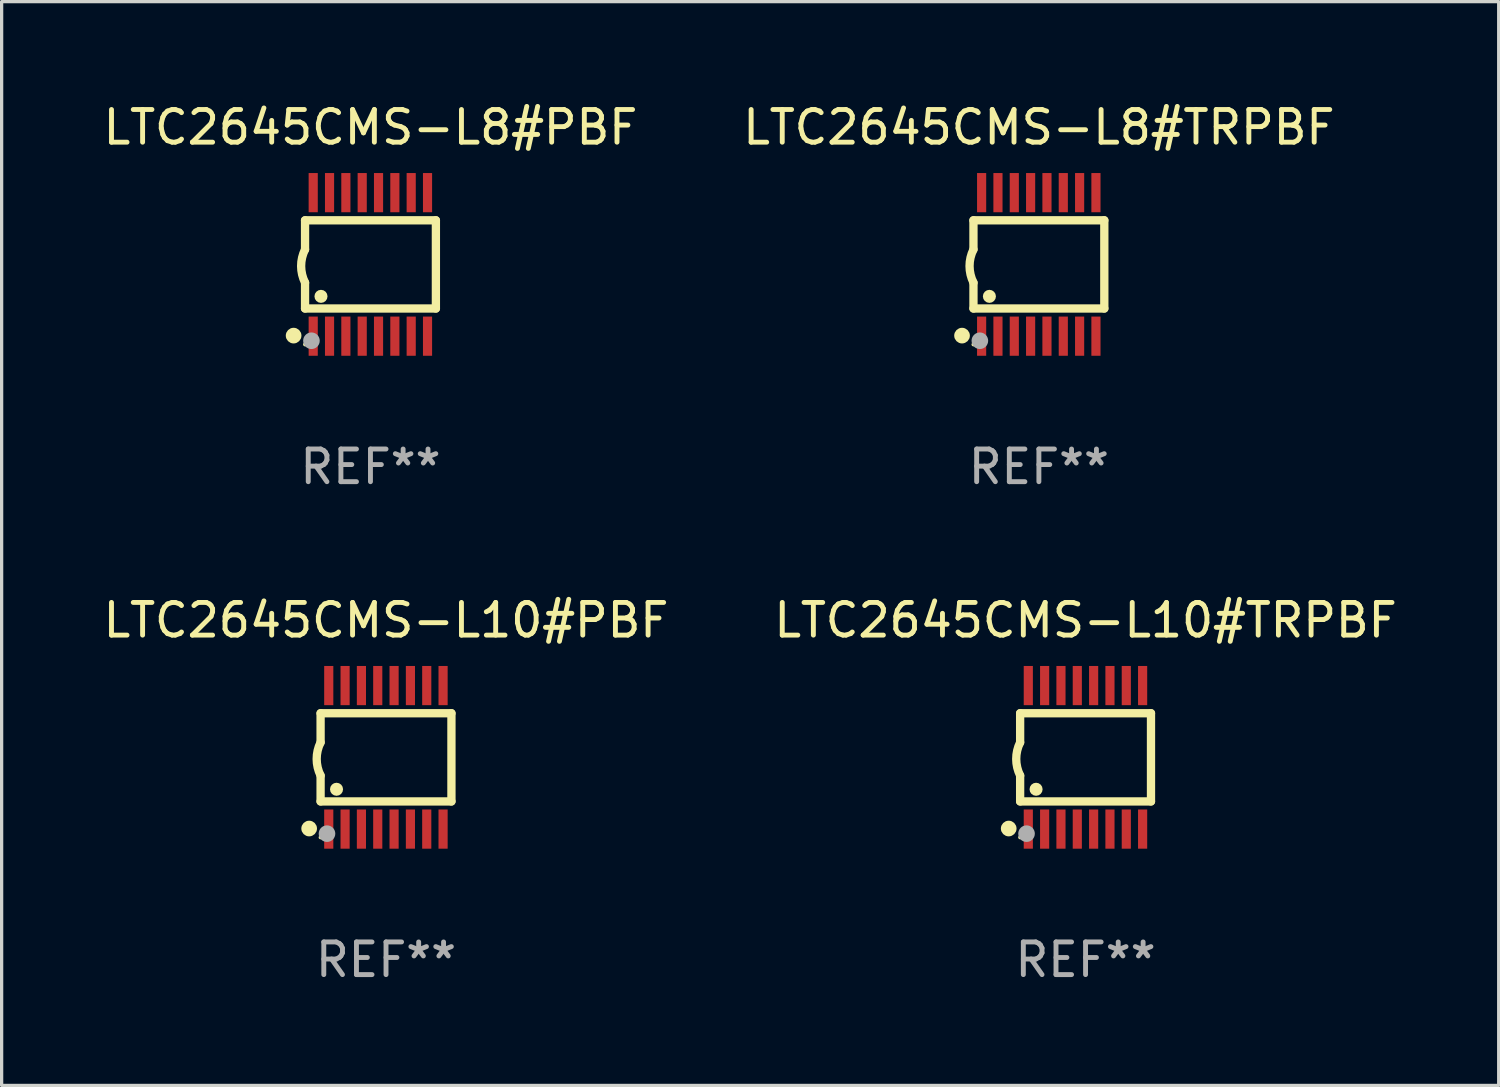
<source format=kicad_pcb>
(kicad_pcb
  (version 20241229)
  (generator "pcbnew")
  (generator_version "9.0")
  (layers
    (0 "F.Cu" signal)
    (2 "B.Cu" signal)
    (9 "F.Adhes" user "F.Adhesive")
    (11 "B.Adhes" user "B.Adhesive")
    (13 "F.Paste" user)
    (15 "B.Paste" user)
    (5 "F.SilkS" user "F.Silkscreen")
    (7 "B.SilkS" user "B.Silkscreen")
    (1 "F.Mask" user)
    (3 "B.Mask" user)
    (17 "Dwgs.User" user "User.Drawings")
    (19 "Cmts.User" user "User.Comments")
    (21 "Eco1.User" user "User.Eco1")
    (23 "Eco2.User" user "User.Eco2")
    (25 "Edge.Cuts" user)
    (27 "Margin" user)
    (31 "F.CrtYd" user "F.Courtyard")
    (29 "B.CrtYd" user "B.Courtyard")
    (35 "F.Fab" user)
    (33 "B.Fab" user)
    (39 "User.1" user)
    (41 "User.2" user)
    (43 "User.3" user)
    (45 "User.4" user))
  (footprint "LTC2645CMS-L10#TRPBF"
    (layer "F.Cu")
    (at 30.185 20.136)
    (property "Reference" "LTC2645CMS-L10#TRPBF" (at 0 -4.197 0) (layer "F.SilkS") (effects (font (size 1 1) (thickness 0.15))))
    (attr through_hole)
    (fp_line (start -2.003 -1.35) (end -2.003 -0.457) (stroke (width 0.254) (type solid)) (layer "F.SilkS"))
    (fp_line (start -2.003 -1.35) (end 2.003 -1.35) (stroke (width 0.254) (type solid)) (layer "F.SilkS"))
    (fp_line (start -2.003 1.35) (end -2.003 0.559) (stroke (width 0.254) (type solid)) (layer "F.SilkS"))
    (fp_line (start -2.003 1.35) (end 2.003 1.35) (stroke (width 0.254) (type solid)) (layer "F.SilkS"))
    (fp_line (start 2.003 -1.35) (end 2.003 1.35) (stroke (width 0.254) (type solid)) (layer "F.SilkS"))
    (fp_arc (start -2.002286 0.558802) (mid -2.122556 0.05092) (end -2.003302 -0.457201) (stroke (width 0.254001) (type solid)) (layer "F.SilkS"))
    (fp_circle (center -2.353 2.18) (end -2.233 2.18) (stroke (width 0.24) (type solid)) (fill no) (layer "F.SilkS"))
    (fp_circle (center -2.003 2.45) (end -1.973 2.45) (stroke (width 0.06) (type solid)) (fill no) (layer "F.SilkS"))
    (fp_circle (center -1.515 0.978) (end -1.415 0.978) (stroke (width 0.2) (type solid)) (fill no) (layer "F.SilkS"))
    (fp_circle (center -1.807 2.337) (end -1.68 2.337) (stroke (width 0.254) (type solid)) (fill no) (layer "F.Fab"))
    (fp_text user "REF**" (at 0 6.197 0) (layer "F.Fab") (effects (font (size 1 1) (thickness 0.15))))
    (pad "1" smd rect (at -1.753 2.197 90) (size 1.2 0.28) (layers "F.Cu" "F.Mask" "F.Paste"))
    (pad "2" smd rect (at -1.253 2.197 90) (size 1.2 0.28) (layers "F.Cu" "F.Mask" "F.Paste"))
    (pad "3" smd rect (at -0.753 2.197 90) (size 1.2 0.28) (layers "F.Cu" "F.Mask" "F.Paste"))
    (pad "4" smd rect (at -0.253 2.197 90) (size 1.2 0.28) (layers "F.Cu" "F.Mask" "F.Paste"))
    (pad "5" smd rect (at 0.247 2.197 90) (size 1.2 0.28) (layers "F.Cu" "F.Mask" "F.Paste"))
    (pad "6" smd rect (at 0.747 2.197 90) (size 1.2 0.28) (layers "F.Cu" "F.Mask" "F.Paste"))
    (pad "7" smd rect (at 1.247 2.197 90) (size 1.2 0.28) (layers "F.Cu" "F.Mask" "F.Paste"))
    (pad "8" smd rect (at 1.747 2.197 90) (size 1.2 0.28) (layers "F.Cu" "F.Mask" "F.Paste"))
    (pad "9" smd rect (at 1.747 -2.197 90) (size 1.2 0.28) (layers "F.Cu" "F.Mask" "F.Paste"))
    (pad "10" smd rect (at 1.247 -2.197 90) (size 1.2 0.28) (layers "F.Cu" "F.Mask" "F.Paste"))
    (pad "11" smd rect (at 0.747 -2.197 90) (size 1.2 0.28) (layers "F.Cu" "F.Mask" "F.Paste"))
    (pad "12" smd rect (at 0.247 -2.197 90) (size 1.2 0.28) (layers "F.Cu" "F.Mask" "F.Paste"))
    (pad "13" smd rect (at -0.253 -2.197 90) (size 1.2 0.28) (layers "F.Cu" "F.Mask" "F.Paste"))
    (pad "14" smd rect (at -0.753 -2.197 90) (size 1.2 0.28) (layers "F.Cu" "F.Mask" "F.Paste"))
    (pad "15" smd rect (at -1.253 -2.197 90) (size 1.2 0.28) (layers "F.Cu" "F.Mask" "F.Paste"))
    (pad "16" smd rect (at -1.753 -2.197 90) (size 1.2 0.28) (layers "F.Cu" "F.Mask" "F.Paste")))
  (footprint "LTC2645CMS-L8#TRPBF"
    (layer "F.Cu")
    (at 28.756 5.045)
    (property "Reference" "LTC2645CMS-L8#TRPBF" (at 0 -4.197 0) (layer "F.SilkS") (effects (font (size 1 1) (thickness 0.15))))
    (attr through_hole)
    (fp_line (start -2.003 -1.35) (end -2.003 -0.457) (stroke (width 0.254) (type solid)) (layer "F.SilkS"))
    (fp_line (start -2.003 -1.35) (end 2.003 -1.35) (stroke (width 0.254) (type solid)) (layer "F.SilkS"))
    (fp_line (start -2.003 1.35) (end -2.003 0.559) (stroke (width 0.254) (type solid)) (layer "F.SilkS"))
    (fp_line (start -2.003 1.35) (end 2.003 1.35) (stroke (width 0.254) (type solid)) (layer "F.SilkS"))
    (fp_line (start 2.003 -1.35) (end 2.003 1.35) (stroke (width 0.254) (type solid)) (layer "F.SilkS"))
    (fp_arc (start -2.002286 0.558802) (mid -2.122556 0.05092) (end -2.003302 -0.457201) (stroke (width 0.254001) (type solid)) (layer "F.SilkS"))
    (fp_circle (center -2.353 2.18) (end -2.233 2.18) (stroke (width 0.24) (type solid)) (fill no) (layer "F.SilkS"))
    (fp_circle (center -2.003 2.45) (end -1.973 2.45) (stroke (width 0.06) (type solid)) (fill no) (layer "F.SilkS"))
    (fp_circle (center -1.515 0.978) (end -1.415 0.978) (stroke (width 0.2) (type solid)) (fill no) (layer "F.SilkS"))
    (fp_circle (center -1.807 2.337) (end -1.68 2.337) (stroke (width 0.254) (type solid)) (fill no) (layer "F.Fab"))
    (fp_text user "REF**" (at 0 6.197 0) (layer "F.Fab") (effects (font (size 1 1) (thickness 0.15))))
    (pad "1" smd rect (at -1.753 2.197 90) (size 1.2 0.28) (layers "F.Cu" "F.Mask" "F.Paste"))
    (pad "2" smd rect (at -1.253 2.197 90) (size 1.2 0.28) (layers "F.Cu" "F.Mask" "F.Paste"))
    (pad "3" smd rect (at -0.753 2.197 90) (size 1.2 0.28) (layers "F.Cu" "F.Mask" "F.Paste"))
    (pad "4" smd rect (at -0.253 2.197 90) (size 1.2 0.28) (layers "F.Cu" "F.Mask" "F.Paste"))
    (pad "5" smd rect (at 0.247 2.197 90) (size 1.2 0.28) (layers "F.Cu" "F.Mask" "F.Paste"))
    (pad "6" smd rect (at 0.747 2.197 90) (size 1.2 0.28) (layers "F.Cu" "F.Mask" "F.Paste"))
    (pad "7" smd rect (at 1.247 2.197 90) (size 1.2 0.28) (layers "F.Cu" "F.Mask" "F.Paste"))
    (pad "8" smd rect (at 1.747 2.197 90) (size 1.2 0.28) (layers "F.Cu" "F.Mask" "F.Paste"))
    (pad "9" smd rect (at 1.747 -2.197 90) (size 1.2 0.28) (layers "F.Cu" "F.Mask" "F.Paste"))
    (pad "10" smd rect (at 1.247 -2.197 90) (size 1.2 0.28) (layers "F.Cu" "F.Mask" "F.Paste"))
    (pad "11" smd rect (at 0.747 -2.197 90) (size 1.2 0.28) (layers "F.Cu" "F.Mask" "F.Paste"))
    (pad "12" smd rect (at 0.247 -2.197 90) (size 1.2 0.28) (layers "F.Cu" "F.Mask" "F.Paste"))
    (pad "13" smd rect (at -0.253 -2.197 90) (size 1.2 0.28) (layers "F.Cu" "F.Mask" "F.Paste"))
    (pad "14" smd rect (at -0.753 -2.197 90) (size 1.2 0.28) (layers "F.Cu" "F.Mask" "F.Paste"))
    (pad "15" smd rect (at -1.253 -2.197 90) (size 1.2 0.28) (layers "F.Cu" "F.Mask" "F.Paste"))
    (pad "16" smd rect (at -1.753 -2.197 90) (size 1.2 0.28) (layers "F.Cu" "F.Mask" "F.Paste")))
  (footprint "LTC2645CMS-L10#PBF"
    (layer "F.Cu")
    (at 8.768 20.136)
    (property "Reference" "LTC2645CMS-L10#PBF" (at 0 -4.197 0) (layer "F.SilkS") (effects (font (size 1 1) (thickness 0.15))))
    (attr through_hole)
    (fp_line (start -2.003 -1.35) (end -2.003 -0.457) (stroke (width 0.254) (type solid)) (layer "F.SilkS"))
    (fp_line (start -2.003 -1.35) (end 2.003 -1.35) (stroke (width 0.254) (type solid)) (layer "F.SilkS"))
    (fp_line (start -2.003 1.35) (end -2.003 0.559) (stroke (width 0.254) (type solid)) (layer "F.SilkS"))
    (fp_line (start -2.003 1.35) (end 2.003 1.35) (stroke (width 0.254) (type solid)) (layer "F.SilkS"))
    (fp_line (start 2.003 -1.35) (end 2.003 1.35) (stroke (width 0.254) (type solid)) (layer "F.SilkS"))
    (fp_arc (start -2.002286 0.558802) (mid -2.122556 0.05092) (end -2.003302 -0.457201) (stroke (width 0.254001) (type solid)) (layer "F.SilkS"))
    (fp_circle (center -2.353 2.18) (end -2.233 2.18) (stroke (width 0.24) (type solid)) (fill no) (layer "F.SilkS"))
    (fp_circle (center -2.003 2.45) (end -1.973 2.45) (stroke (width 0.06) (type solid)) (fill no) (layer "F.SilkS"))
    (fp_circle (center -1.515 0.978) (end -1.415 0.978) (stroke (width 0.2) (type solid)) (fill no) (layer "F.SilkS"))
    (fp_circle (center -1.807 2.337) (end -1.68 2.337) (stroke (width 0.254) (type solid)) (fill no) (layer "F.Fab"))
    (fp_text user "REF**" (at 0 6.197 0) (layer "F.Fab") (effects (font (size 1 1) (thickness 0.15))))
    (pad "1" smd rect (at -1.753 2.197 90) (size 1.2 0.28) (layers "F.Cu" "F.Mask" "F.Paste"))
    (pad "2" smd rect (at -1.253 2.197 90) (size 1.2 0.28) (layers "F.Cu" "F.Mask" "F.Paste"))
    (pad "3" smd rect (at -0.753 2.197 90) (size 1.2 0.28) (layers "F.Cu" "F.Mask" "F.Paste"))
    (pad "4" smd rect (at -0.253 2.197 90) (size 1.2 0.28) (layers "F.Cu" "F.Mask" "F.Paste"))
    (pad "5" smd rect (at 0.247 2.197 90) (size 1.2 0.28) (layers "F.Cu" "F.Mask" "F.Paste"))
    (pad "6" smd rect (at 0.747 2.197 90) (size 1.2 0.28) (layers "F.Cu" "F.Mask" "F.Paste"))
    (pad "7" smd rect (at 1.247 2.197 90) (size 1.2 0.28) (layers "F.Cu" "F.Mask" "F.Paste"))
    (pad "8" smd rect (at 1.747 2.197 90) (size 1.2 0.28) (layers "F.Cu" "F.Mask" "F.Paste"))
    (pad "9" smd rect (at 1.747 -2.197 90) (size 1.2 0.28) (layers "F.Cu" "F.Mask" "F.Paste"))
    (pad "10" smd rect (at 1.247 -2.197 90) (size 1.2 0.28) (layers "F.Cu" "F.Mask" "F.Paste"))
    (pad "11" smd rect (at 0.747 -2.197 90) (size 1.2 0.28) (layers "F.Cu" "F.Mask" "F.Paste"))
    (pad "12" smd rect (at 0.247 -2.197 90) (size 1.2 0.28) (layers "F.Cu" "F.Mask" "F.Paste"))
    (pad "13" smd rect (at -0.253 -2.197 90) (size 1.2 0.28) (layers "F.Cu" "F.Mask" "F.Paste"))
    (pad "14" smd rect (at -0.753 -2.197 90) (size 1.2 0.28) (layers "F.Cu" "F.Mask" "F.Paste"))
    (pad "15" smd rect (at -1.253 -2.197 90) (size 1.2 0.28) (layers "F.Cu" "F.Mask" "F.Paste"))
    (pad "16" smd rect (at -1.753 -2.197 90) (size 1.2 0.28) (layers "F.Cu" "F.Mask" "F.Paste")))
  (footprint "LTC2645CMS-L8#PBF"
    (layer "F.Cu")
    (at 8.292 5.045)
    (property "Reference" "LTC2645CMS-L8#PBF" (at 0 -4.197 0) (layer "F.SilkS") (effects (font (size 1 1) (thickness 0.15))))
    (attr through_hole)
    (fp_line (start -2.003 -1.35) (end -2.003 -0.457) (stroke (width 0.254) (type solid)) (layer "F.SilkS"))
    (fp_line (start -2.003 -1.35) (end 2.003 -1.35) (stroke (width 0.254) (type solid)) (layer "F.SilkS"))
    (fp_line (start -2.003 1.35) (end -2.003 0.559) (stroke (width 0.254) (type solid)) (layer "F.SilkS"))
    (fp_line (start -2.003 1.35) (end 2.003 1.35) (stroke (width 0.254) (type solid)) (layer "F.SilkS"))
    (fp_line (start 2.003 -1.35) (end 2.003 1.35) (stroke (width 0.254) (type solid)) (layer "F.SilkS"))
    (fp_arc (start -2.002286 0.558802) (mid -2.122556 0.05092) (end -2.003302 -0.457201) (stroke (width 0.254001) (type solid)) (layer "F.SilkS"))
    (fp_circle (center -2.353 2.18) (end -2.233 2.18) (stroke (width 0.24) (type solid)) (fill no) (layer "F.SilkS"))
    (fp_circle (center -2.003 2.45) (end -1.973 2.45) (stroke (width 0.06) (type solid)) (fill no) (layer "F.SilkS"))
    (fp_circle (center -1.515 0.978) (end -1.415 0.978) (stroke (width 0.2) (type solid)) (fill no) (layer "F.SilkS"))
    (fp_circle (center -1.807 2.337) (end -1.68 2.337) (stroke (width 0.254) (type solid)) (fill no) (layer "F.Fab"))
    (fp_text user "REF**" (at 0 6.197 0) (layer "F.Fab") (effects (font (size 1 1) (thickness 0.15))))
    (pad "1" smd rect (at -1.753 2.197 90) (size 1.2 0.28) (layers "F.Cu" "F.Mask" "F.Paste"))
    (pad "2" smd rect (at -1.253 2.197 90) (size 1.2 0.28) (layers "F.Cu" "F.Mask" "F.Paste"))
    (pad "3" smd rect (at -0.753 2.197 90) (size 1.2 0.28) (layers "F.Cu" "F.Mask" "F.Paste"))
    (pad "4" smd rect (at -0.253 2.197 90) (size 1.2 0.28) (layers "F.Cu" "F.Mask" "F.Paste"))
    (pad "5" smd rect (at 0.247 2.197 90) (size 1.2 0.28) (layers "F.Cu" "F.Mask" "F.Paste"))
    (pad "6" smd rect (at 0.747 2.197 90) (size 1.2 0.28) (layers "F.Cu" "F.Mask" "F.Paste"))
    (pad "7" smd rect (at 1.247 2.197 90) (size 1.2 0.28) (layers "F.Cu" "F.Mask" "F.Paste"))
    (pad "8" smd rect (at 1.747 2.197 90) (size 1.2 0.28) (layers "F.Cu" "F.Mask" "F.Paste"))
    (pad "9" smd rect (at 1.747 -2.197 90) (size 1.2 0.28) (layers "F.Cu" "F.Mask" "F.Paste"))
    (pad "10" smd rect (at 1.247 -2.197 90) (size 1.2 0.28) (layers "F.Cu" "F.Mask" "F.Paste"))
    (pad "11" smd rect (at 0.747 -2.197 90) (size 1.2 0.28) (layers "F.Cu" "F.Mask" "F.Paste"))
    (pad "12" smd rect (at 0.247 -2.197 90) (size 1.2 0.28) (layers "F.Cu" "F.Mask" "F.Paste"))
    (pad "13" smd rect (at -0.253 -2.197 90) (size 1.2 0.28) (layers "F.Cu" "F.Mask" "F.Paste"))
    (pad "14" smd rect (at -0.753 -2.197 90) (size 1.2 0.28) (layers "F.Cu" "F.Mask" "F.Paste"))
    (pad "15" smd rect (at -1.253 -2.197 90) (size 1.2 0.28) (layers "F.Cu" "F.Mask" "F.Paste"))
    (pad "16" smd rect (at -1.753 -2.197 90) (size 1.2 0.28) (layers "F.Cu" "F.Mask" "F.Paste")))
  (gr_rect
    (start -3 -3)
    (end 42.833 30.181)
    (stroke (width 0.1) (type default))
    (fill no)
    (layer "Edge.Cuts")))
</source>
